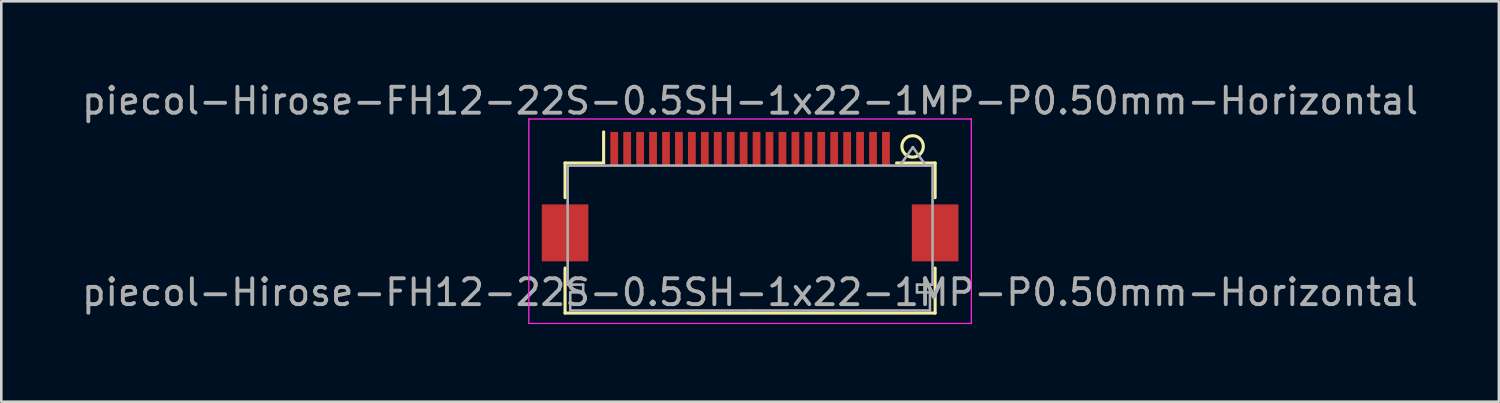
<source format=kicad_pcb>
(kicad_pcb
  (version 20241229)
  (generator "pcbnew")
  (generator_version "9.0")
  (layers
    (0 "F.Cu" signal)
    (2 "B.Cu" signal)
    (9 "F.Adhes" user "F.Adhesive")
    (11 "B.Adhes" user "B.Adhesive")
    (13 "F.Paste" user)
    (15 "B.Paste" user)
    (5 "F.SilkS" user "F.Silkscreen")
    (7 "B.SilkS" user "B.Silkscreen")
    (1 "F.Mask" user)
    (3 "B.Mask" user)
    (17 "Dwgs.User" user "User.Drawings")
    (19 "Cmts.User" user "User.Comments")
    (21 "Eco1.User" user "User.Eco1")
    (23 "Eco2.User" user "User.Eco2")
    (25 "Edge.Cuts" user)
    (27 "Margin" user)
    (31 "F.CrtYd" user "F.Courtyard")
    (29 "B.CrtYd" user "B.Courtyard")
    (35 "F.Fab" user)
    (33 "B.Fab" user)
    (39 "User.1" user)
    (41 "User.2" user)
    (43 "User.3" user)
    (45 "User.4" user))
  (footprint "piecol-Hirose-FH12-22S-0.5SH-1x22-1MP-P0.50mm-Horizontal"
    (layer "F.Cu")
    (at 25.935 4.548)
    (property "Reference" "piecol-Hirose-FH12-22S-0.5SH-1x22-1MP-P0.50mm-Horizontal" (at 0 -3.7 180) (layer "F.Fab") (effects (font (size 1 1) (thickness 0.15))))
    (attr smd)
    (fp_line (start -7.15 -1.3) (end -7.15 0.04) (stroke (width 0.12) (type solid)) (layer "F.SilkS"))
    (fp_line (start -7.15 2.76) (end -7.15 4.5) (stroke (width 0.12) (type solid)) (layer "F.SilkS"))
    (fp_line (start -7.15 4.5) (end 7.15 4.5) (stroke (width 0.12) (type solid)) (layer "F.SilkS"))
    (fp_line (start -5.66 -1.3) (end -7.15 -1.3) (stroke (width 0.12) (type solid)) (layer "F.SilkS"))
    (fp_line (start -5.66 -1.3) (end -5.66 -2.5) (stroke (width 0.12) (type solid)) (layer "F.SilkS"))
    (fp_line (start 5.66 -1.3) (end 7.15 -1.3) (stroke (width 0.12) (type solid)) (layer "F.SilkS"))
    (fp_line (start 7.15 -1.3) (end 7.15 0.04) (stroke (width 0.12) (type solid)) (layer "F.SilkS"))
    (fp_line (start 7.15 4.5) (end 7.15 2.76) (stroke (width 0.12) (type solid)) (layer "F.SilkS"))
    (fp_circle (center 6.28 -1.94) (end 6.61 -1.69) (stroke (width 0.12) (type solid)) (fill no) (layer "F.SilkS"))
    (fp_line (start -8.55 -3) (end -8.55 4.9) (stroke (width 0.05) (type solid)) (layer "F.CrtYd"))
    (fp_line (start -8.55 4.9) (end 8.55 4.9) (stroke (width 0.05) (type solid)) (layer "F.CrtYd"))
    (fp_line (start 8.55 -3) (end -8.55 -3) (stroke (width 0.05) (type solid)) (layer "F.CrtYd"))
    (fp_line (start 8.55 4.9) (end 8.55 -3) (stroke (width 0.05) (type solid)) (layer "F.CrtYd"))
    (fp_line (start -7.05 -1.2) (end -7.05 3.4) (stroke (width 0.1) (type solid)) (layer "F.Fab"))
    (fp_line (start -7.05 3.4) (end -6.45 3.4) (stroke (width 0.1) (type solid)) (layer "F.Fab"))
    (fp_line (start -6.95 3.7) (end -6.95 4.4) (stroke (width 0.1) (type solid)) (layer "F.Fab"))
    (fp_line (start -6.95 4.4) (end 0 4.4) (stroke (width 0.1) (type solid)) (layer "F.Fab"))
    (fp_line (start -6.45 3.4) (end -6.45 3.7) (stroke (width 0.1) (type solid)) (layer "F.Fab"))
    (fp_line (start -6.45 3.7) (end -6.95 3.7) (stroke (width 0.1) (type solid)) (layer "F.Fab"))
    (fp_line (start 0 -1.2) (end -7.05 -1.2) (stroke (width 0.1) (type solid)) (layer "F.Fab"))
    (fp_line (start 0 -1.2) (end 7.05 -1.2) (stroke (width 0.1) (type solid)) (layer "F.Fab"))
    (fp_line (start 6.29 -1.91) (end 5.79 -1.203) (stroke (width 0.1) (type solid)) (layer "F.Fab"))
    (fp_line (start 6.45 3.4) (end 6.45 3.7) (stroke (width 0.1) (type solid)) (layer "F.Fab"))
    (fp_line (start 6.45 3.7) (end 6.95 3.7) (stroke (width 0.1) (type solid)) (layer "F.Fab"))
    (fp_line (start 6.79 -1.203) (end 6.29 -1.91) (stroke (width 0.1) (type solid)) (layer "F.Fab"))
    (fp_line (start 6.95 3.7) (end 6.95 4.4) (stroke (width 0.1) (type solid)) (layer "F.Fab"))
    (fp_line (start 6.95 4.4) (end 0 4.4) (stroke (width 0.1) (type solid)) (layer "F.Fab"))
    (fp_line (start 7.05 -1.2) (end 7.05 3.4) (stroke (width 0.1) (type solid)) (layer "F.Fab"))
    (fp_line (start 7.05 3.4) (end 6.45 3.4) (stroke (width 0.1) (type solid)) (layer "F.Fab"))
    (fp_text user "${REFERENCE}" (at 0 3.7 180) (layer "F.Fab") (effects (font (size 1 1) (thickness 0.15))))
    (pad "1" smd rect (at 5.25 -1.85) (size 0.3 1.3) (layers "F.Cu" "F.Mask" "F.Paste"))
    (pad "2" smd rect (at 4.75 -1.85) (size 0.3 1.3) (layers "F.Cu" "F.Mask" "F.Paste"))
    (pad "3" smd rect (at 4.25 -1.85) (size 0.3 1.3) (layers "F.Cu" "F.Mask" "F.Paste"))
    (pad "4" smd rect (at 3.75 -1.85) (size 0.3 1.3) (layers "F.Cu" "F.Mask" "F.Paste"))
    (pad "5" smd rect (at 3.25 -1.85) (size 0.3 1.3) (layers "F.Cu" "F.Mask" "F.Paste"))
    (pad "6" smd rect (at 2.75 -1.85) (size 0.3 1.3) (layers "F.Cu" "F.Mask" "F.Paste"))
    (pad "7" smd rect (at 2.25 -1.85) (size 0.3 1.3) (layers "F.Cu" "F.Mask" "F.Paste"))
    (pad "8" smd rect (at 1.75 -1.85) (size 0.3 1.3) (layers "F.Cu" "F.Mask" "F.Paste"))
    (pad "9" smd rect (at 1.25 -1.85) (size 0.3 1.3) (layers "F.Cu" "F.Mask" "F.Paste"))
    (pad "10" smd rect (at 0.75 -1.85) (size 0.3 1.3) (layers "F.Cu" "F.Mask" "F.Paste"))
    (pad "11" smd rect (at 0.25 -1.85) (size 0.3 1.3) (layers "F.Cu" "F.Mask" "F.Paste"))
    (pad "12" smd rect (at -0.25 -1.85) (size 0.3 1.3) (layers "F.Cu" "F.Mask" "F.Paste"))
    (pad "13" smd rect (at -0.75 -1.85) (size 0.3 1.3) (layers "F.Cu" "F.Mask" "F.Paste"))
    (pad "14" smd rect (at -1.25 -1.85) (size 0.3 1.3) (layers "F.Cu" "F.Mask" "F.Paste"))
    (pad "15" smd rect (at -1.75 -1.85) (size 0.3 1.3) (layers "F.Cu" "F.Mask" "F.Paste"))
    (pad "16" smd rect (at -2.25 -1.85) (size 0.3 1.3) (layers "F.Cu" "F.Mask" "F.Paste"))
    (pad "17" smd rect (at -2.75 -1.85) (size 0.3 1.3) (layers "F.Cu" "F.Mask" "F.Paste"))
    (pad "18" smd rect (at -3.25 -1.85) (size 0.3 1.3) (layers "F.Cu" "F.Mask" "F.Paste"))
    (pad "19" smd rect (at -3.75 -1.85) (size 0.3 1.3) (layers "F.Cu" "F.Mask" "F.Paste"))
    (pad "20" smd rect (at -4.25 -1.85) (size 0.3 1.3) (layers "F.Cu" "F.Mask" "F.Paste"))
    (pad "21" smd rect (at -4.75 -1.85) (size 0.3 1.3) (layers "F.Cu" "F.Mask" "F.Paste"))
    (pad "22" smd rect (at -5.25 -1.85) (size 0.3 1.3) (layers "F.Cu" "F.Mask" "F.Paste"))
    (pad "MP" smd rect (at -7.15 1.4) (size 1.8 2.2) (layers "F.Cu" "F.Mask" "F.Paste"))
    (pad "MP" smd rect (at 7.15 1.4) (size 1.8 2.2) (layers "F.Cu" "F.Mask" "F.Paste")))
  (gr_rect
    (start -3 -3)
    (end 54.869 12.473)
    (stroke (width 0.1) (type default))
    (fill no)
    (layer "Edge.Cuts")))
</source>
